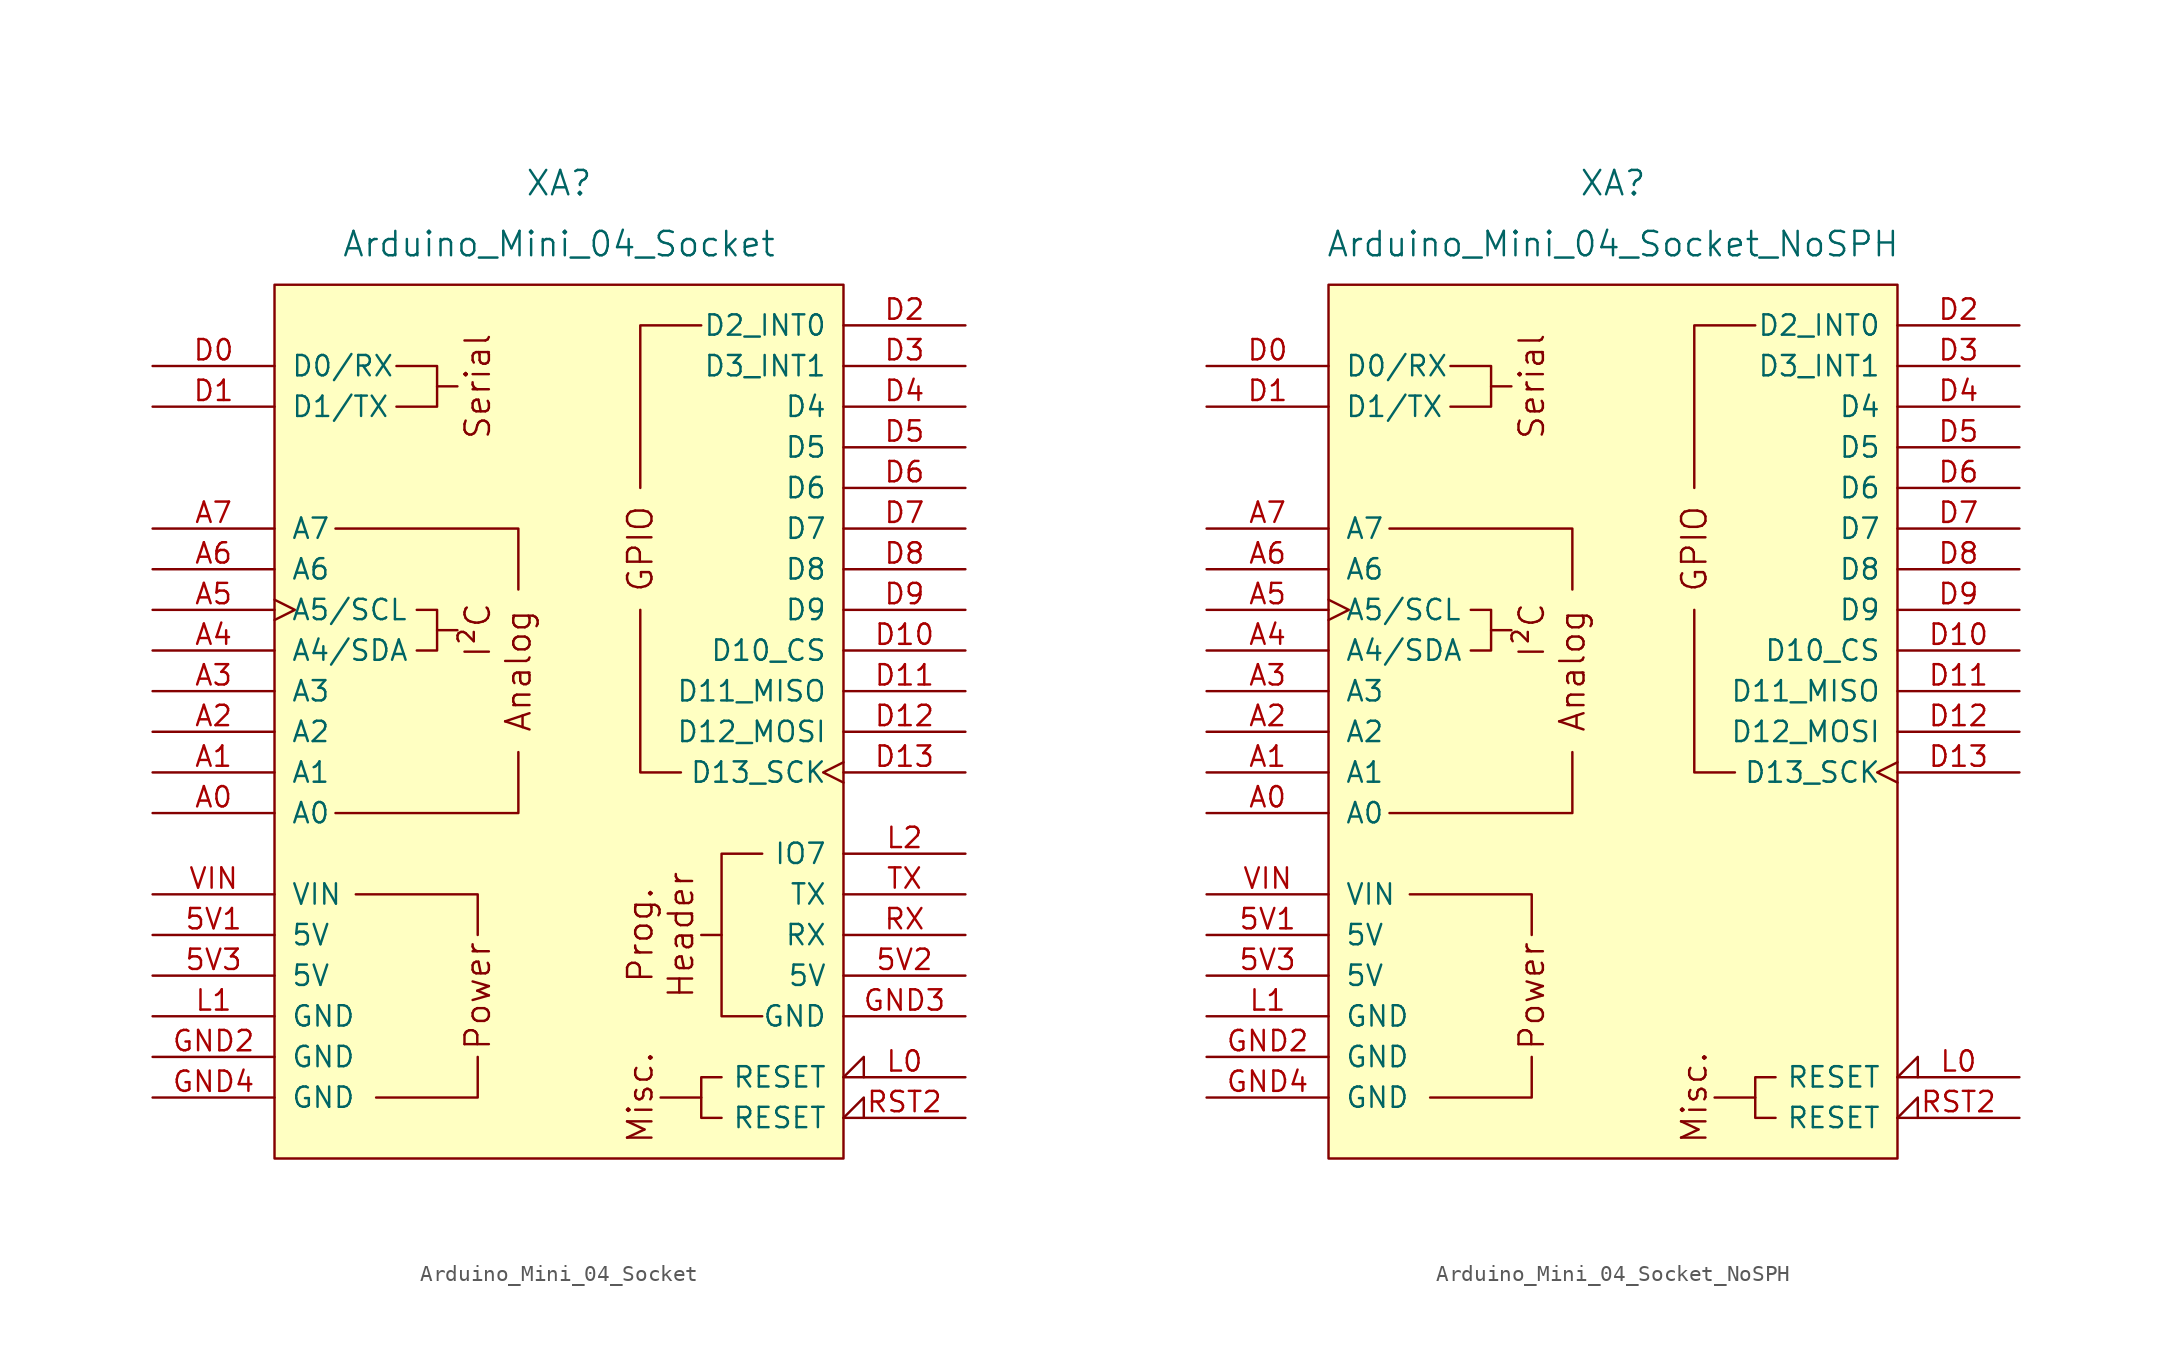
<source format=kicad_sym>
(kicad_symbol_lib
  (version 20211014)
  (generator kicad_symbol_editor)
  (symbol "Arduino_Mini_04_Socket"
    (pin_names
      (offset 1.016))
    (property "Reference" "XA"
      (at 0 34.29 0)
      (effects (font (size 1.524 1.524))))
    (property "Value" "Arduino_Mini_04_Socket"
      (at 0 30.48 0)
      (effects (font (size 1.524 1.524))))
    (symbol "Arduino_Mini_04_Socket_0_0"
      (rectangle (start -17.78 27.94) (end 17.78 -26.67) (stroke (width 0) (type default) (color 0 0 0 0)) (fill (type background)))
      (polyline (pts (xy -7.62 6.35) (xy -6.35 6.35)) (stroke (width 0) (type default) (color 0 0 0 0)) (fill (type none)))
      (polyline (pts (xy -7.62 21.59) (xy -6.35 21.59)) (stroke (width 0) (type default) (color 0 0 0 0)) (fill (type none)))
      (polyline (pts (xy 8.89 -22.86) (xy 6.35 -22.86)) (stroke (width 0) (type default) (color 0 0 0 0)) (fill (type none)))
      (polyline (pts (xy -11.43 -22.86) (xy -5.08 -22.86) (xy -5.08 -20.32)) (stroke (width 0) (type default) (color 0 0 0 0)) (fill (type none)))
      (polyline (pts (xy -5.08 -12.7) (xy -5.08 -10.16) (xy -12.7 -10.16)) (stroke (width 0) (type default) (color 0 0 0 0)) (fill (type none)))
      (polyline (pts (xy -2.54 -1.27) (xy -2.54 -5.08) (xy -13.97 -5.08)) (stroke (width 0) (type default) (color 0 0 0 0)) (fill (type none)))
      (polyline (pts (xy -2.54 8.89) (xy -2.54 12.7) (xy -13.97 12.7)) (stroke (width 0) (type default) (color 0 0 0 0)) (fill (type none)))
      (polyline (pts (xy 10.16 -12.7) (xy 10.16 -17.78) (xy 12.7 -17.78)) (stroke (width 0) (type default) (color 0 0 0 0)) (fill (type none)))
      (polyline (pts (xy -10.16 22.86) (xy -7.62 22.86) (xy -7.62 20.32) (xy -10.16 20.32)) (stroke (width 0) (type default) (color 0 0 0 0)) (fill (type none)))
      (polyline (pts (xy -8.89 7.62) (xy -7.62 7.62) (xy -7.62 5.08) (xy -8.89 5.08)) (stroke (width 0) (type default) (color 0 0 0 0)) (fill (type none)))
      (polyline (pts (xy 12.7 -7.62) (xy 10.16 -7.62) (xy 10.16 -12.7) (xy 8.89 -12.7)) (stroke (width 0) (type default) (color 0 0 0 0)) (fill (type none)))
      (text "Analog" (at -2.54 3.81 900) (effects (font (size 1.524 1.524))))
      (text "Header" (at 7.62 -12.7 900) (effects (font (size 1.524 1.524))))
      (text "I²C" (at -5.08 6.35 900) (effects (font (size 1.524 1.524))))
      (text "Misc." (at 5.08 -22.86 900) (effects (font (size 1.524 1.524))))
      (text "Power" (at -5.08 -16.51 900) (effects (font (size 1.524 1.524))))
      (text "Prog." (at 5.08 -12.7 900) (effects (font (size 1.524 1.524))))
      (text "Serial" (at -5.08 21.59 900) (effects (font (size 1.524 1.524)))))
    (symbol "Arduino_Mini_04_Socket_0_1"
      (polyline (pts (xy 7.62 -2.54) (xy 5.08 -2.54) (xy 5.08 7.62)) (stroke (width 0) (type default) (color 0 0 0 0)) (fill (type none)))
      (polyline (pts (xy 8.89 25.4) (xy 5.08 25.4) (xy 5.08 15.24)) (stroke (width 0) (type default) (color 0 0 0 0)) (fill (type none)))
      (polyline (pts (xy 10.16 -21.59) (xy 8.89 -21.59) (xy 8.89 -24.13) (xy 10.16 -24.13)) (stroke (width 0) (type default) (color 0 0 0 0)) (fill (type none))))
    (symbol "Arduino_Mini_04_Socket_1_0"
      (text "GPIO" (at 5.08 11.43 900) (effects (font (size 1.524 1.524)))))
    (symbol "Arduino_Mini_04_Socket_1_1"
      (pin power_in line (at -25.4 -12.7 0) (length 7.62) (name "5V" (effects (font (size 1.27 1.27)))) (number "5V1" (effects (font (size 1.27 1.27)))))
      (pin power_in line (at 25.4 -15.24 180) (length 7.62) (name "5V" (effects (font (size 1.27 1.27)))) (number "5V2" (effects (font (size 1.27 1.27)))))
      (pin power_in line (at -25.4 -15.24 0) (length 7.62) (name "5V" (effects (font (size 1.27 1.27)))) (number "5V3" (effects (font (size 1.27 1.27)))))
      (pin bidirectional line (at -25.4 -5.08 0) (length 7.62) (name "A0" (effects (font (size 1.27 1.27)))) (number "A0" (effects (font (size 1.27 1.27)))))
      (pin bidirectional line (at -25.4 -2.54 0) (length 7.62) (name "A1" (effects (font (size 1.27 1.27)))) (number "A1" (effects (font (size 1.27 1.27)))))
      (pin bidirectional line (at -25.4 0 0) (length 7.62) (name "A2" (effects (font (size 1.27 1.27)))) (number "A2" (effects (font (size 1.27 1.27)))))
      (pin bidirectional line (at -25.4 2.54 0) (length 7.62) (name "A3" (effects (font (size 1.27 1.27)))) (number "A3" (effects (font (size 1.27 1.27)))))
      (pin bidirectional line (at -25.4 5.08 0) (length 7.62) (name "A4/SDA" (effects (font (size 1.27 1.27)))) (number "A4" (effects (font (size 1.27 1.27)))))
      (pin bidirectional clock (at -25.4 7.62 0) (length 7.62) (name "A5/SCL" (effects (font (size 1.27 1.27)))) (number "A5" (effects (font (size 1.27 1.27)))))
      (pin input line (at -25.4 10.16 0) (length 7.62) (name "A6" (effects (font (size 1.27 1.27)))) (number "A6" (effects (font (size 1.27 1.27)))))
      (pin input line (at -25.4 12.7 0) (length 7.62) (name "A7" (effects (font (size 1.27 1.27)))) (number "A7" (effects (font (size 1.27 1.27)))))
      (pin bidirectional line (at -25.4 22.86 0) (length 7.62) (name "D0/RX" (effects (font (size 1.27 1.27)))) (number "D0" (effects (font (size 1.27 1.27)))))
      (pin bidirectional line (at -25.4 20.32 0) (length 7.62) (name "D1/TX" (effects (font (size 1.27 1.27)))) (number "D1" (effects (font (size 1.27 1.27)))))
      (pin bidirectional line (at 25.4 5.08 180) (length 7.62) (name "D10_CS" (effects (font (size 1.27 1.27)))) (number "D10" (effects (font (size 1.27 1.27)))))
      (pin bidirectional line (at 25.4 2.54 180) (length 7.62) (name "D11_MISO" (effects (font (size 1.27 1.27)))) (number "D11" (effects (font (size 1.27 1.27)))))
      (pin bidirectional line (at 25.4 0 180) (length 7.62) (name "D12_MOSI" (effects (font (size 1.27 1.27)))) (number "D12" (effects (font (size 1.27 1.27)))))
      (pin bidirectional clock (at 25.4 -2.54 180) (length 7.62) (name "D13_SCK" (effects (font (size 1.27 1.27)))) (number "D13" (effects (font (size 1.27 1.27)))))
      (pin bidirectional line (at 25.4 25.4 180) (length 7.62) (name "D2_INT0" (effects (font (size 1.27 1.27)))) (number "D2" (effects (font (size 1.27 1.27)))))
      (pin bidirectional line (at 25.4 22.86 180) (length 7.62) (name "D3_INT1" (effects (font (size 1.27 1.27)))) (number "D3" (effects (font (size 1.27 1.27)))))
      (pin bidirectional line (at 25.4 20.32 180) (length 7.62) (name "D4" (effects (font (size 1.27 1.27)))) (number "D4" (effects (font (size 1.27 1.27)))))
      (pin bidirectional line (at 25.4 17.78 180) (length 7.62) (name "D5" (effects (font (size 1.27 1.27)))) (number "D5" (effects (font (size 1.27 1.27)))))
      (pin bidirectional line (at 25.4 15.24 180) (length 7.62) (name "D6" (effects (font (size 1.27 1.27)))) (number "D6" (effects (font (size 1.27 1.27)))))
      (pin bidirectional line (at 25.4 12.7 180) (length 7.62) (name "D7" (effects (font (size 1.27 1.27)))) (number "D7" (effects (font (size 1.27 1.27)))))
      (pin bidirectional line (at 25.4 10.16 180) (length 7.62) (name "D8" (effects (font (size 1.27 1.27)))) (number "D8" (effects (font (size 1.27 1.27)))))
      (pin bidirectional line (at 25.4 7.62 180) (length 7.62) (name "D9" (effects (font (size 1.27 1.27)))) (number "D9" (effects (font (size 1.27 1.27)))))
      (pin power_in line (at -25.4 -20.32 0) (length 7.62) (name "GND" (effects (font (size 1.27 1.27)))) (number "GND2" (effects (font (size 1.27 1.27)))))
      (pin power_in line (at 25.4 -17.78 180) (length 7.62) (name "GND" (effects (font (size 1.27 1.27)))) (number "GND3" (effects (font (size 1.27 1.27)))))
      (pin power_in line (at -25.4 -22.86 0) (length 7.62) (name "GND" (effects (font (size 1.27 1.27)))) (number "GND4" (effects (font (size 1.27 1.27)))))
      (pin open_collector input_low (at 25.4 -21.59 180) (length 7.62) (name "RESET" (effects (font (size 1.27 1.27)))) (number "L0" (effects (font (size 1.27 1.27)))))
      (pin power_in line (at -25.4 -17.78 0) (length 7.62) (name "GND" (effects (font (size 1.27 1.27)))) (number "L1" (effects (font (size 1.27 1.27)))))
      (pin bidirectional line (at 25.4 -7.62 180) (length 7.62) (name "IO7" (effects (font (size 1.27 1.27)))) (number "L2" (effects (font (size 1.27 1.27)))))
      (pin open_collector input_low (at 25.4 -24.13 180) (length 7.62) (name "RESET" (effects (font (size 1.27 1.27)))) (number "RST2" (effects (font (size 1.27 1.27)))))
      (pin bidirectional line (at 25.4 -12.7 180) (length 7.62) (name "RX" (effects (font (size 1.27 1.27)))) (number "RX" (effects (font (size 1.27 1.27)))))
      (pin bidirectional line (at 25.4 -10.16 180) (length 7.62) (name "TX" (effects (font (size 1.27 1.27)))) (number "TX" (effects (font (size 1.27 1.27)))))
      (pin power_in line (at -25.4 -10.16 0) (length 7.62) (name "VIN" (effects (font (size 1.27 1.27)))) (number "VIN" (effects (font (size 1.27 1.27)))))))
  (symbol "Arduino_Mini_04_Socket_NoSPH"
    (pin_names
      (offset 1.016))
    (property "Reference" "XA"
      (at 0 34.29 0)
      (effects (font (size 1.524 1.524))))
    (property "Value" "Arduino_Mini_04_Socket_NoSPH"
      (at 0 30.48 0)
      (effects (font (size 1.524 1.524))))
    (symbol "Arduino_Mini_04_Socket_NoSPH_0_0"
      (rectangle (start -17.78 27.94) (end 17.78 -26.67) (stroke (width 0) (type default) (color 0 0 0 0)) (fill (type background)))
      (polyline (pts (xy -7.62 6.35) (xy -6.35 6.35)) (stroke (width 0) (type default) (color 0 0 0 0)) (fill (type none)))
      (polyline (pts (xy -7.62 21.59) (xy -6.35 21.59)) (stroke (width 0) (type default) (color 0 0 0 0)) (fill (type none)))
      (polyline (pts (xy 8.89 -22.86) (xy 6.35 -22.86)) (stroke (width 0) (type default) (color 0 0 0 0)) (fill (type none)))
      (polyline (pts (xy -11.43 -22.86) (xy -5.08 -22.86) (xy -5.08 -20.32)) (stroke (width 0) (type default) (color 0 0 0 0)) (fill (type none)))
      (polyline (pts (xy -5.08 -12.7) (xy -5.08 -10.16) (xy -12.7 -10.16)) (stroke (width 0) (type default) (color 0 0 0 0)) (fill (type none)))
      (polyline (pts (xy -2.54 -1.27) (xy -2.54 -5.08) (xy -13.97 -5.08)) (stroke (width 0) (type default) (color 0 0 0 0)) (fill (type none)))
      (polyline (pts (xy -2.54 8.89) (xy -2.54 12.7) (xy -13.97 12.7)) (stroke (width 0) (type default) (color 0 0 0 0)) (fill (type none)))
      (polyline (pts (xy -10.16 22.86) (xy -7.62 22.86) (xy -7.62 20.32) (xy -10.16 20.32)) (stroke (width 0) (type default) (color 0 0 0 0)) (fill (type none)))
      (polyline (pts (xy -8.89 7.62) (xy -7.62 7.62) (xy -7.62 5.08) (xy -8.89 5.08)) (stroke (width 0) (type default) (color 0 0 0 0)) (fill (type none)))
      (text "Analog" (at -2.54 3.81 900) (effects (font (size 1.524 1.524))))
      (text "I²C" (at -5.08 6.35 900) (effects (font (size 1.524 1.524))))
      (text "Misc." (at 5.08 -22.86 900) (effects (font (size 1.524 1.524))))
      (text "Power" (at -5.08 -16.51 900) (effects (font (size 1.524 1.524))))
      (text "Serial" (at -5.08 21.59 900) (effects (font (size 1.524 1.524)))))
    (symbol "Arduino_Mini_04_Socket_NoSPH_0_1"
      (polyline (pts (xy 7.62 -2.54) (xy 5.08 -2.54) (xy 5.08 7.62)) (stroke (width 0) (type default) (color 0 0 0 0)) (fill (type none)))
      (polyline (pts (xy 8.89 25.4) (xy 5.08 25.4) (xy 5.08 15.24)) (stroke (width 0) (type default) (color 0 0 0 0)) (fill (type none)))
      (polyline (pts (xy 10.16 -21.59) (xy 8.89 -21.59) (xy 8.89 -24.13) (xy 10.16 -24.13)) (stroke (width 0) (type default) (color 0 0 0 0)) (fill (type none))))
    (symbol "Arduino_Mini_04_Socket_NoSPH_1_0"
      (text "GPIO" (at 5.08 11.43 900) (effects (font (size 1.524 1.524)))))
    (symbol "Arduino_Mini_04_Socket_NoSPH_1_1"
      (pin power_in line (at -25.4 -12.7 0) (length 7.62) (name "5V" (effects (font (size 1.27 1.27)))) (number "5V1" (effects (font (size 1.27 1.27)))))
      (pin power_in line (at -25.4 -15.24 0) (length 7.62) (name "5V" (effects (font (size 1.27 1.27)))) (number "5V3" (effects (font (size 1.27 1.27)))))
      (pin bidirectional line (at -25.4 -5.08 0) (length 7.62) (name "A0" (effects (font (size 1.27 1.27)))) (number "A0" (effects (font (size 1.27 1.27)))))
      (pin bidirectional line (at -25.4 -2.54 0) (length 7.62) (name "A1" (effects (font (size 1.27 1.27)))) (number "A1" (effects (font (size 1.27 1.27)))))
      (pin bidirectional line (at -25.4 0 0) (length 7.62) (name "A2" (effects (font (size 1.27 1.27)))) (number "A2" (effects (font (size 1.27 1.27)))))
      (pin bidirectional line (at -25.4 2.54 0) (length 7.62) (name "A3" (effects (font (size 1.27 1.27)))) (number "A3" (effects (font (size 1.27 1.27)))))
      (pin bidirectional line (at -25.4 5.08 0) (length 7.62) (name "A4/SDA" (effects (font (size 1.27 1.27)))) (number "A4" (effects (font (size 1.27 1.27)))))
      (pin bidirectional clock (at -25.4 7.62 0) (length 7.62) (name "A5/SCL" (effects (font (size 1.27 1.27)))) (number "A5" (effects (font (size 1.27 1.27)))))
      (pin input line (at -25.4 10.16 0) (length 7.62) (name "A6" (effects (font (size 1.27 1.27)))) (number "A6" (effects (font (size 1.27 1.27)))))
      (pin input line (at -25.4 12.7 0) (length 7.62) (name "A7" (effects (font (size 1.27 1.27)))) (number "A7" (effects (font (size 1.27 1.27)))))
      (pin bidirectional line (at -25.4 22.86 0) (length 7.62) (name "D0/RX" (effects (font (size 1.27 1.27)))) (number "D0" (effects (font (size 1.27 1.27)))))
      (pin bidirectional line (at -25.4 20.32 0) (length 7.62) (name "D1/TX" (effects (font (size 1.27 1.27)))) (number "D1" (effects (font (size 1.27 1.27)))))
      (pin bidirectional line (at 25.4 5.08 180) (length 7.62) (name "D10_CS" (effects (font (size 1.27 1.27)))) (number "D10" (effects (font (size 1.27 1.27)))))
      (pin bidirectional line (at 25.4 2.54 180) (length 7.62) (name "D11_MISO" (effects (font (size 1.27 1.27)))) (number "D11" (effects (font (size 1.27 1.27)))))
      (pin bidirectional line (at 25.4 0 180) (length 7.62) (name "D12_MOSI" (effects (font (size 1.27 1.27)))) (number "D12" (effects (font (size 1.27 1.27)))))
      (pin bidirectional clock (at 25.4 -2.54 180) (length 7.62) (name "D13_SCK" (effects (font (size 1.27 1.27)))) (number "D13" (effects (font (size 1.27 1.27)))))
      (pin bidirectional line (at 25.4 25.4 180) (length 7.62) (name "D2_INT0" (effects (font (size 1.27 1.27)))) (number "D2" (effects (font (size 1.27 1.27)))))
      (pin bidirectional line (at 25.4 22.86 180) (length 7.62) (name "D3_INT1" (effects (font (size 1.27 1.27)))) (number "D3" (effects (font (size 1.27 1.27)))))
      (pin bidirectional line (at 25.4 20.32 180) (length 7.62) (name "D4" (effects (font (size 1.27 1.27)))) (number "D4" (effects (font (size 1.27 1.27)))))
      (pin bidirectional line (at 25.4 17.78 180) (length 7.62) (name "D5" (effects (font (size 1.27 1.27)))) (number "D5" (effects (font (size 1.27 1.27)))))
      (pin bidirectional line (at 25.4 15.24 180) (length 7.62) (name "D6" (effects (font (size 1.27 1.27)))) (number "D6" (effects (font (size 1.27 1.27)))))
      (pin bidirectional line (at 25.4 12.7 180) (length 7.62) (name "D7" (effects (font (size 1.27 1.27)))) (number "D7" (effects (font (size 1.27 1.27)))))
      (pin bidirectional line (at 25.4 10.16 180) (length 7.62) (name "D8" (effects (font (size 1.27 1.27)))) (number "D8" (effects (font (size 1.27 1.27)))))
      (pin bidirectional line (at 25.4 7.62 180) (length 7.62) (name "D9" (effects (font (size 1.27 1.27)))) (number "D9" (effects (font (size 1.27 1.27)))))
      (pin power_in line (at -25.4 -20.32 0) (length 7.62) (name "GND" (effects (font (size 1.27 1.27)))) (number "GND2" (effects (font (size 1.27 1.27)))))
      (pin power_in line (at -25.4 -22.86 0) (length 7.62) (name "GND" (effects (font (size 1.27 1.27)))) (number "GND4" (effects (font (size 1.27 1.27)))))
      (pin open_collector input_low (at 25.4 -21.59 180) (length 7.62) (name "RESET" (effects (font (size 1.27 1.27)))) (number "L0" (effects (font (size 1.27 1.27)))))
      (pin power_in line (at -25.4 -17.78 0) (length 7.62) (name "GND" (effects (font (size 1.27 1.27)))) (number "L1" (effects (font (size 1.27 1.27)))))
      (pin open_collector input_low (at 25.4 -24.13 180) (length 7.62) (name "RESET" (effects (font (size 1.27 1.27)))) (number "RST2" (effects (font (size 1.27 1.27)))))
      (pin power_in line (at -25.4 -10.16 0) (length 7.62) (name "VIN" (effects (font (size 1.27 1.27)))) (number "VIN" (effects (font (size 1.27 1.27))))))))
</source>
